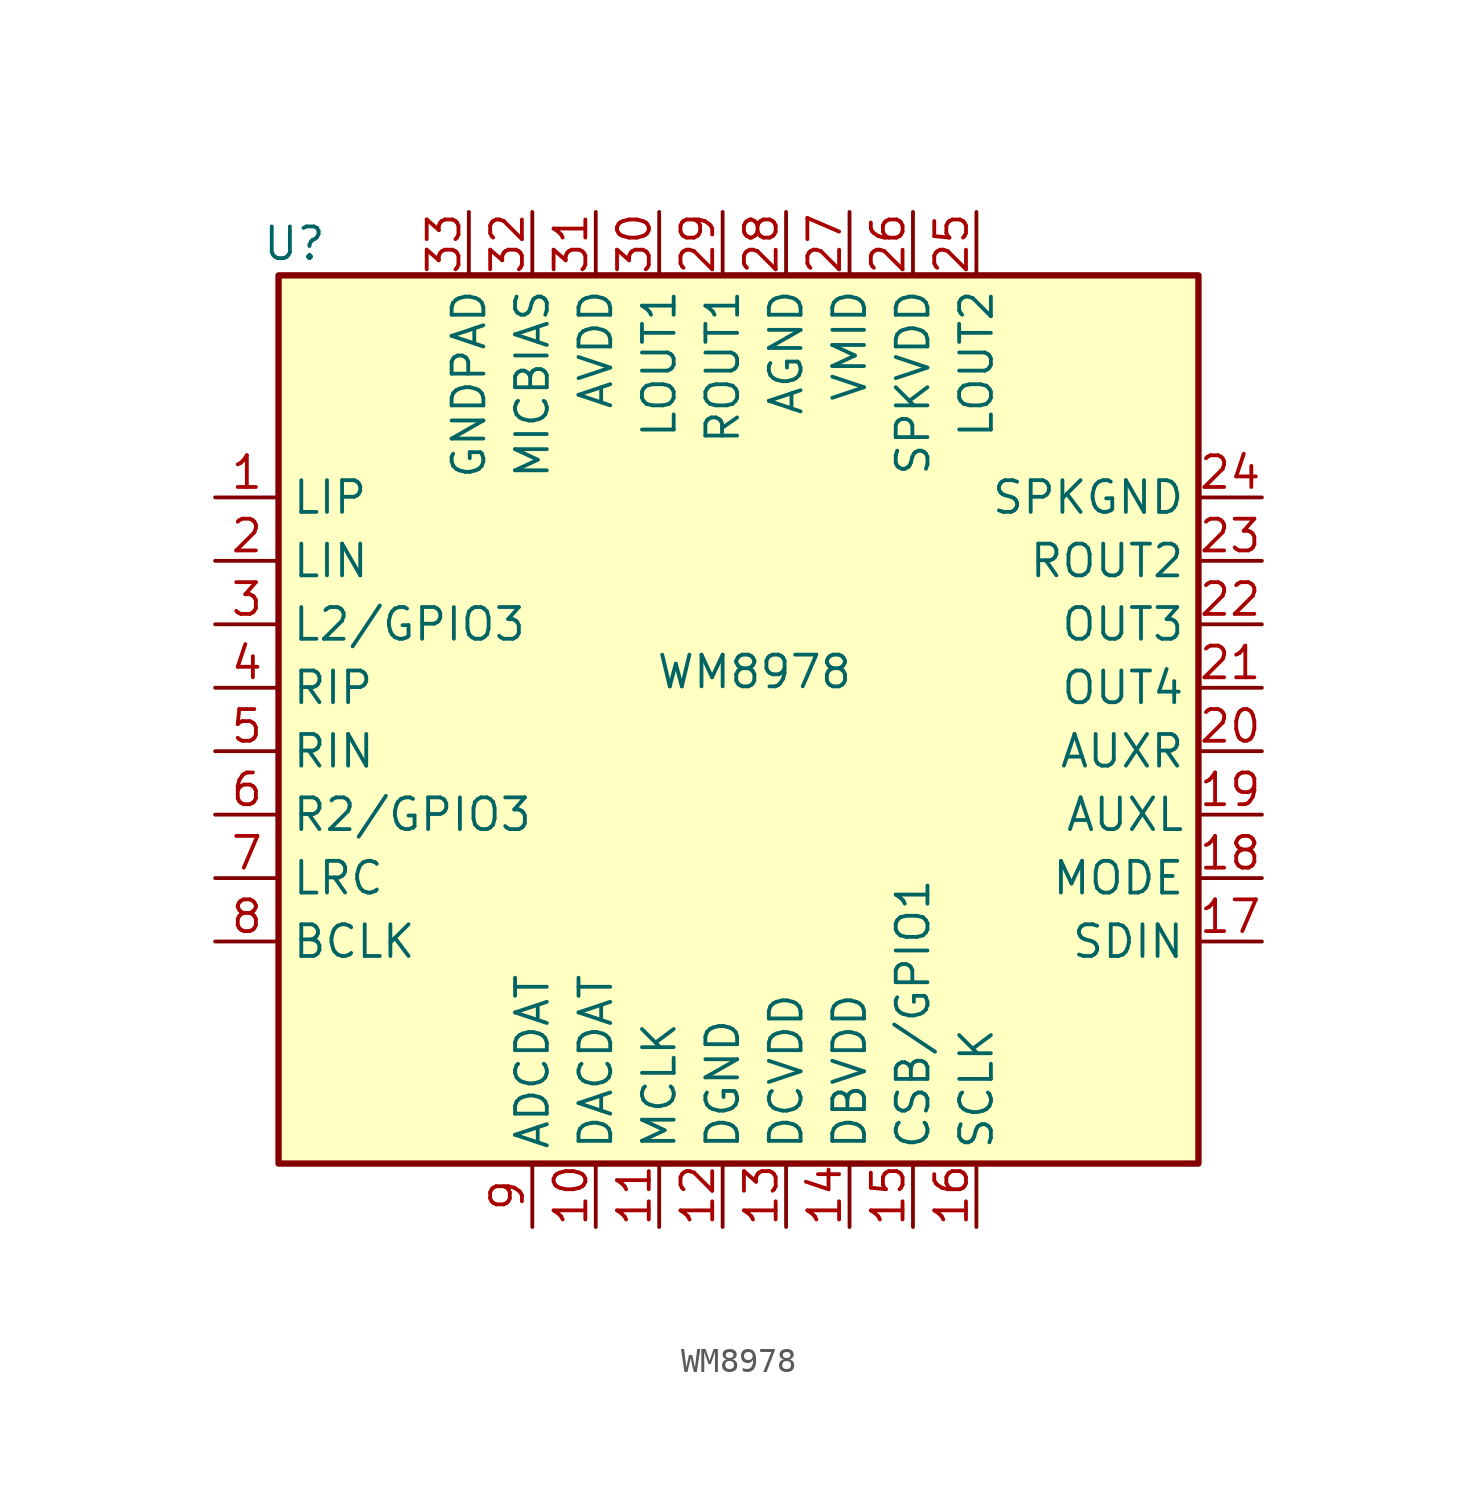
<source format=kicad_sym>
(kicad_symbol_lib
  (version 20211014)
  (generator kicad_symbol_editor)
  (symbol "WM8978"
    (property "Reference" "U"
      (at -5.715 7.62 0)
      (effects (font (size 1.27 1.27))))
    (property "Value" "WM8978"
      (at 12.7 -9.525 0)
      (effects (font (size 1.27 1.27))))
    (symbol "WM8978_0_1"
      (rectangle (start -6.35 6.35) (end 30.48 -29.21) (stroke (width 0.254) (type default) (color 0 0 0 0)) (fill (type background))))
    (symbol "WM8978_1_1"
      (pin input line (at -8.89 -2.54 0) (length 2.54) (name "LIP" (effects (font (size 1.27 1.27)))) (number "1" (effects (font (size 1.27 1.27)))))
      (pin output line (at 6.35 -31.75 90) (length 2.54) (name "DACDAT" (effects (font (size 1.27 1.27)))) (number "10" (effects (font (size 1.27 1.27)))))
      (pin input line (at 8.89 -31.75 90) (length 2.54) (name "MCLK" (effects (font (size 1.27 1.27)))) (number "11" (effects (font (size 1.27 1.27)))))
      (pin power_in line (at 11.43 -31.75 90) (length 2.54) (name "DGND" (effects (font (size 1.27 1.27)))) (number "12" (effects (font (size 1.27 1.27)))))
      (pin power_in line (at 13.97 -31.75 90) (length 2.54) (name "DCVDD" (effects (font (size 1.27 1.27)))) (number "13" (effects (font (size 1.27 1.27)))))
      (pin power_in line (at 16.51 -31.75 90) (length 2.54) (name "DBVDD" (effects (font (size 1.27 1.27)))) (number "14" (effects (font (size 1.27 1.27)))))
      (pin bidirectional line (at 19.05 -31.75 90) (length 2.54) (name "CSB/GPIO1" (effects (font (size 1.27 1.27)))) (number "15" (effects (font (size 1.27 1.27)))))
      (pin input line (at 21.59 -31.75 90) (length 2.54) (name "SCLK" (effects (font (size 1.27 1.27)))) (number "16" (effects (font (size 1.27 1.27)))))
      (pin input line (at 33.02 -20.32 180) (length 2.54) (name "SDIN" (effects (font (size 1.27 1.27)))) (number "17" (effects (font (size 1.27 1.27)))))
      (pin input line (at 33.02 -17.78 180) (length 2.54) (name "MODE" (effects (font (size 1.27 1.27)))) (number "18" (effects (font (size 1.27 1.27)))))
      (pin input line (at 33.02 -15.24 180) (length 2.54) (name "AUXL" (effects (font (size 1.27 1.27)))) (number "19" (effects (font (size 1.27 1.27)))))
      (pin input line (at -8.89 -5.08 0) (length 2.54) (name "LIN" (effects (font (size 1.27 1.27)))) (number "2" (effects (font (size 1.27 1.27)))))
      (pin input line (at 33.02 -12.7 180) (length 2.54) (name "AUXR" (effects (font (size 1.27 1.27)))) (number "20" (effects (font (size 1.27 1.27)))))
      (pin output line (at 33.02 -10.16 180) (length 2.54) (name "OUT4" (effects (font (size 1.27 1.27)))) (number "21" (effects (font (size 1.27 1.27)))))
      (pin output line (at 33.02 -7.62 180) (length 2.54) (name "OUT3" (effects (font (size 1.27 1.27)))) (number "22" (effects (font (size 1.27 1.27)))))
      (pin output line (at 33.02 -5.08 180) (length 2.54) (name "ROUT2" (effects (font (size 1.27 1.27)))) (number "23" (effects (font (size 1.27 1.27)))))
      (pin output line (at 33.02 -2.54 180) (length 2.54) (name "SPKGND" (effects (font (size 1.27 1.27)))) (number "24" (effects (font (size 1.27 1.27)))))
      (pin output line (at 21.59 8.89 270) (length 2.54) (name "LOUT2" (effects (font (size 1.27 1.27)))) (number "25" (effects (font (size 1.27 1.27)))))
      (pin power_in line (at 19.05 8.89 270) (length 2.54) (name "SPKVDD" (effects (font (size 1.27 1.27)))) (number "26" (effects (font (size 1.27 1.27)))))
      (pin power_out line (at 16.51 8.89 270) (length 2.54) (name "VMID" (effects (font (size 1.27 1.27)))) (number "27" (effects (font (size 1.27 1.27)))))
      (pin power_in line (at 13.97 8.89 270) (length 2.54) (name "AGND" (effects (font (size 1.27 1.27)))) (number "28" (effects (font (size 1.27 1.27)))))
      (pin output line (at 11.43 8.89 270) (length 2.54) (name "ROUT1" (effects (font (size 1.27 1.27)))) (number "29" (effects (font (size 1.27 1.27)))))
      (pin bidirectional line (at -8.89 -7.62 0) (length 2.54) (name "L2/GPIO3" (effects (font (size 1.27 1.27)))) (number "3" (effects (font (size 1.27 1.27)))))
      (pin output line (at 8.89 8.89 270) (length 2.54) (name "LOUT1" (effects (font (size 1.27 1.27)))) (number "30" (effects (font (size 1.27 1.27)))))
      (pin power_in line (at 6.35 8.89 270) (length 2.54) (name "AVDD" (effects (font (size 1.27 1.27)))) (number "31" (effects (font (size 1.27 1.27)))))
      (pin output line (at 3.81 8.89 270) (length 2.54) (name "MICBIAS" (effects (font (size 1.27 1.27)))) (number "32" (effects (font (size 1.27 1.27)))))
      (pin power_in line (at 1.27 8.89 270) (length 2.54) (name "GNDPAD" (effects (font (size 1.27 1.27)))) (number "33" (effects (font (size 1.27 1.27)))))
      (pin input line (at -8.89 -10.16 0) (length 2.54) (name "RIP" (effects (font (size 1.27 1.27)))) (number "4" (effects (font (size 1.27 1.27)))))
      (pin input line (at -8.89 -12.7 0) (length 2.54) (name "RIN" (effects (font (size 1.27 1.27)))) (number "5" (effects (font (size 1.27 1.27)))))
      (pin bidirectional line (at -8.89 -15.24 0) (length 2.54) (name "R2/GPIO3" (effects (font (size 1.27 1.27)))) (number "6" (effects (font (size 1.27 1.27)))))
      (pin input line (at -8.89 -17.78 0) (length 2.54) (name "LRC" (effects (font (size 1.27 1.27)))) (number "7" (effects (font (size 1.27 1.27)))))
      (pin input line (at -8.89 -20.32 0) (length 2.54) (name "BCLK" (effects (font (size 1.27 1.27)))) (number "8" (effects (font (size 1.27 1.27)))))
      (pin input line (at 3.81 -31.75 90) (length 2.54) (name "ADCDAT" (effects (font (size 1.27 1.27)))) (number "9" (effects (font (size 1.27 1.27))))))))
</source>
